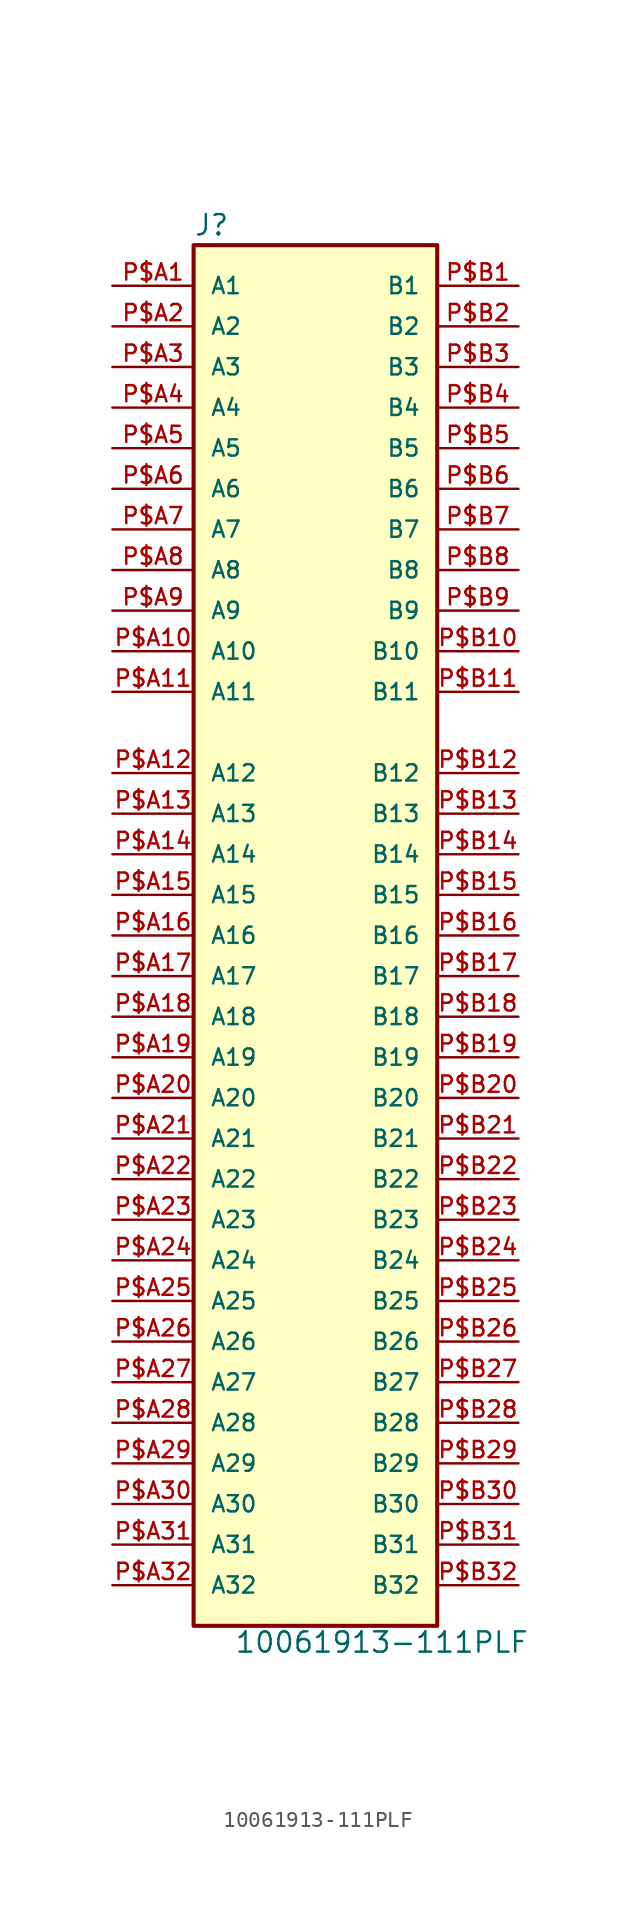
<source format=kicad_sym>
(kicad_symbol_lib
  (version 20211014)
  (generator kicad_symbol_editor)
  (symbol "10061913-111PLF"
    (pin_names
      (offset 1.016))
    (property "Reference" "J"
      (at -7.621 43.692 0)
      (effects (font (size 1.27 1.27)) (justify bottom left)))
    (property "Value" "10061913-111PLF"
      (at -5.08 -44.958 0)
      (effects (font (size 1.27 1.27)) (justify bottom left)))
    (symbol "10061913-111PLF_0_0"
      (rectangle (start -7.62 -43.18) (end 7.62 43.18) (stroke (width 0.254)) (fill (type background)))
      (pin bidirectional line (at -12.7 40.64 0) (length 5.08) (name "A1" (effects (font (size 1.016 1.016)))) (number "P$A1" (effects (font (size 1.016 1.016)))))
      (pin bidirectional line (at 12.7 40.64 180.0) (length 5.08) (name "B1" (effects (font (size 1.016 1.016)))) (number "P$B1" (effects (font (size 1.016 1.016)))))
      (pin bidirectional line (at -12.7 38.1 0) (length 5.08) (name "A2" (effects (font (size 1.016 1.016)))) (number "P$A2" (effects (font (size 1.016 1.016)))))
      (pin bidirectional line (at 12.7 38.1 180.0) (length 5.08) (name "B2" (effects (font (size 1.016 1.016)))) (number "P$B2" (effects (font (size 1.016 1.016)))))
      (pin bidirectional line (at -12.7 35.56 0) (length 5.08) (name "A3" (effects (font (size 1.016 1.016)))) (number "P$A3" (effects (font (size 1.016 1.016)))))
      (pin bidirectional line (at 12.7 35.56 180.0) (length 5.08) (name "B3" (effects (font (size 1.016 1.016)))) (number "P$B3" (effects (font (size 1.016 1.016)))))
      (pin bidirectional line (at -12.7 33.02 0) (length 5.08) (name "A4" (effects (font (size 1.016 1.016)))) (number "P$A4" (effects (font (size 1.016 1.016)))))
      (pin bidirectional line (at 12.7 33.02 180.0) (length 5.08) (name "B4" (effects (font (size 1.016 1.016)))) (number "P$B4" (effects (font (size 1.016 1.016)))))
      (pin bidirectional line (at -12.7 30.48 0) (length 5.08) (name "A5" (effects (font (size 1.016 1.016)))) (number "P$A5" (effects (font (size 1.016 1.016)))))
      (pin bidirectional line (at 12.7 30.48 180.0) (length 5.08) (name "B5" (effects (font (size 1.016 1.016)))) (number "P$B5" (effects (font (size 1.016 1.016)))))
      (pin bidirectional line (at -12.7 27.94 0) (length 5.08) (name "A6" (effects (font (size 1.016 1.016)))) (number "P$A6" (effects (font (size 1.016 1.016)))))
      (pin bidirectional line (at 12.7 27.94 180.0) (length 5.08) (name "B6" (effects (font (size 1.016 1.016)))) (number "P$B6" (effects (font (size 1.016 1.016)))))
      (pin bidirectional line (at -12.7 25.4 0) (length 5.08) (name "A7" (effects (font (size 1.016 1.016)))) (number "P$A7" (effects (font (size 1.016 1.016)))))
      (pin bidirectional line (at 12.7 25.4 180.0) (length 5.08) (name "B7" (effects (font (size 1.016 1.016)))) (number "P$B7" (effects (font (size 1.016 1.016)))))
      (pin bidirectional line (at -12.7 22.86 0) (length 5.08) (name "A8" (effects (font (size 1.016 1.016)))) (number "P$A8" (effects (font (size 1.016 1.016)))))
      (pin bidirectional line (at 12.7 22.86 180.0) (length 5.08) (name "B8" (effects (font (size 1.016 1.016)))) (number "P$B8" (effects (font (size 1.016 1.016)))))
      (pin bidirectional line (at -12.7 20.32 0) (length 5.08) (name "A9" (effects (font (size 1.016 1.016)))) (number "P$A9" (effects (font (size 1.016 1.016)))))
      (pin bidirectional line (at 12.7 20.32 180.0) (length 5.08) (name "B9" (effects (font (size 1.016 1.016)))) (number "P$B9" (effects (font (size 1.016 1.016)))))
      (pin bidirectional line (at -12.7 17.78 0) (length 5.08) (name "A10" (effects (font (size 1.016 1.016)))) (number "P$A10" (effects (font (size 1.016 1.016)))))
      (pin bidirectional line (at 12.7 17.78 180.0) (length 5.08) (name "B10" (effects (font (size 1.016 1.016)))) (number "P$B10" (effects (font (size 1.016 1.016)))))
      (pin bidirectional line (at -12.7 15.24 0) (length 5.08) (name "A11" (effects (font (size 1.016 1.016)))) (number "P$A11" (effects (font (size 1.016 1.016)))))
      (pin bidirectional line (at 12.7 15.24 180.0) (length 5.08) (name "B11" (effects (font (size 1.016 1.016)))) (number "P$B11" (effects (font (size 1.016 1.016)))))
      (pin bidirectional line (at -12.7 10.16 0) (length 5.08) (name "A12" (effects (font (size 1.016 1.016)))) (number "P$A12" (effects (font (size 1.016 1.016)))))
      (pin bidirectional line (at 12.7 10.16 180.0) (length 5.08) (name "B12" (effects (font (size 1.016 1.016)))) (number "P$B12" (effects (font (size 1.016 1.016)))))
      (pin bidirectional line (at -12.7 7.62 0) (length 5.08) (name "A13" (effects (font (size 1.016 1.016)))) (number "P$A13" (effects (font (size 1.016 1.016)))))
      (pin bidirectional line (at 12.7 7.62 180.0) (length 5.08) (name "B13" (effects (font (size 1.016 1.016)))) (number "P$B13" (effects (font (size 1.016 1.016)))))
      (pin bidirectional line (at -12.7 5.08 0) (length 5.08) (name "A14" (effects (font (size 1.016 1.016)))) (number "P$A14" (effects (font (size 1.016 1.016)))))
      (pin bidirectional line (at 12.7 5.08 180.0) (length 5.08) (name "B14" (effects (font (size 1.016 1.016)))) (number "P$B14" (effects (font (size 1.016 1.016)))))
      (pin bidirectional line (at -12.7 2.54 0) (length 5.08) (name "A15" (effects (font (size 1.016 1.016)))) (number "P$A15" (effects (font (size 1.016 1.016)))))
      (pin bidirectional line (at 12.7 2.54 180.0) (length 5.08) (name "B15" (effects (font (size 1.016 1.016)))) (number "P$B15" (effects (font (size 1.016 1.016)))))
      (pin bidirectional line (at -12.7 0.0 0) (length 5.08) (name "A16" (effects (font (size 1.016 1.016)))) (number "P$A16" (effects (font (size 1.016 1.016)))))
      (pin bidirectional line (at 12.7 0.0 180.0) (length 5.08) (name "B16" (effects (font (size 1.016 1.016)))) (number "P$B16" (effects (font (size 1.016 1.016)))))
      (pin bidirectional line (at -12.7 -2.54 0) (length 5.08) (name "A17" (effects (font (size 1.016 1.016)))) (number "P$A17" (effects (font (size 1.016 1.016)))))
      (pin bidirectional line (at -12.7 -5.08 0) (length 5.08) (name "A18" (effects (font (size 1.016 1.016)))) (number "P$A18" (effects (font (size 1.016 1.016)))))
      (pin bidirectional line (at 12.7 -2.54 180.0) (length 5.08) (name "B17" (effects (font (size 1.016 1.016)))) (number "P$B17" (effects (font (size 1.016 1.016)))))
      (pin bidirectional line (at 12.7 -5.08 180.0) (length 5.08) (name "B18" (effects (font (size 1.016 1.016)))) (number "P$B18" (effects (font (size 1.016 1.016)))))
      (pin bidirectional line (at -12.7 -7.62 0) (length 5.08) (name "A19" (effects (font (size 1.016 1.016)))) (number "P$A19" (effects (font (size 1.016 1.016)))))
      (pin bidirectional line (at -12.7 -10.16 0) (length 5.08) (name "A20" (effects (font (size 1.016 1.016)))) (number "P$A20" (effects (font (size 1.016 1.016)))))
      (pin bidirectional line (at -12.7 -12.7 0) (length 5.08) (name "A21" (effects (font (size 1.016 1.016)))) (number "P$A21" (effects (font (size 1.016 1.016)))))
      (pin bidirectional line (at -12.7 -15.24 0) (length 5.08) (name "A22" (effects (font (size 1.016 1.016)))) (number "P$A22" (effects (font (size 1.016 1.016)))))
      (pin bidirectional line (at -12.7 -17.78 0) (length 5.08) (name "A23" (effects (font (size 1.016 1.016)))) (number "P$A23" (effects (font (size 1.016 1.016)))))
      (pin bidirectional line (at -12.7 -20.32 0) (length 5.08) (name "A24" (effects (font (size 1.016 1.016)))) (number "P$A24" (effects (font (size 1.016 1.016)))))
      (pin bidirectional line (at -12.7 -22.86 0) (length 5.08) (name "A25" (effects (font (size 1.016 1.016)))) (number "P$A25" (effects (font (size 1.016 1.016)))))
      (pin bidirectional line (at -12.7 -25.4 0) (length 5.08) (name "A26" (effects (font (size 1.016 1.016)))) (number "P$A26" (effects (font (size 1.016 1.016)))))
      (pin bidirectional line (at -12.7 -27.94 0) (length 5.08) (name "A27" (effects (font (size 1.016 1.016)))) (number "P$A27" (effects (font (size 1.016 1.016)))))
      (pin bidirectional line (at -12.7 -30.48 0) (length 5.08) (name "A28" (effects (font (size 1.016 1.016)))) (number "P$A28" (effects (font (size 1.016 1.016)))))
      (pin bidirectional line (at -12.7 -33.02 0) (length 5.08) (name "A29" (effects (font (size 1.016 1.016)))) (number "P$A29" (effects (font (size 1.016 1.016)))))
      (pin bidirectional line (at -12.7 -35.56 0) (length 5.08) (name "A30" (effects (font (size 1.016 1.016)))) (number "P$A30" (effects (font (size 1.016 1.016)))))
      (pin bidirectional line (at -12.7 -38.1 0) (length 5.08) (name "A31" (effects (font (size 1.016 1.016)))) (number "P$A31" (effects (font (size 1.016 1.016)))))
      (pin bidirectional line (at -12.7 -40.64 0) (length 5.08) (name "A32" (effects (font (size 1.016 1.016)))) (number "P$A32" (effects (font (size 1.016 1.016)))))
      (pin bidirectional line (at 12.7 -7.62 180.0) (length 5.08) (name "B19" (effects (font (size 1.016 1.016)))) (number "P$B19" (effects (font (size 1.016 1.016)))))
      (pin bidirectional line (at 12.7 -10.16 180.0) (length 5.08) (name "B20" (effects (font (size 1.016 1.016)))) (number "P$B20" (effects (font (size 1.016 1.016)))))
      (pin bidirectional line (at 12.7 -12.7 180.0) (length 5.08) (name "B21" (effects (font (size 1.016 1.016)))) (number "P$B21" (effects (font (size 1.016 1.016)))))
      (pin bidirectional line (at 12.7 -15.24 180.0) (length 5.08) (name "B22" (effects (font (size 1.016 1.016)))) (number "P$B22" (effects (font (size 1.016 1.016)))))
      (pin bidirectional line (at 12.7 -17.78 180.0) (length 5.08) (name "B23" (effects (font (size 1.016 1.016)))) (number "P$B23" (effects (font (size 1.016 1.016)))))
      (pin bidirectional line (at 12.7 -20.32 180.0) (length 5.08) (name "B24" (effects (font (size 1.016 1.016)))) (number "P$B24" (effects (font (size 1.016 1.016)))))
      (pin bidirectional line (at 12.7 -22.86 180.0) (length 5.08) (name "B25" (effects (font (size 1.016 1.016)))) (number "P$B25" (effects (font (size 1.016 1.016)))))
      (pin bidirectional line (at 12.7 -25.4 180.0) (length 5.08) (name "B26" (effects (font (size 1.016 1.016)))) (number "P$B26" (effects (font (size 1.016 1.016)))))
      (pin bidirectional line (at 12.7 -27.94 180.0) (length 5.08) (name "B27" (effects (font (size 1.016 1.016)))) (number "P$B27" (effects (font (size 1.016 1.016)))))
      (pin bidirectional line (at 12.7 -30.48 180.0) (length 5.08) (name "B28" (effects (font (size 1.016 1.016)))) (number "P$B28" (effects (font (size 1.016 1.016)))))
      (pin bidirectional line (at 12.7 -33.02 180.0) (length 5.08) (name "B29" (effects (font (size 1.016 1.016)))) (number "P$B29" (effects (font (size 1.016 1.016)))))
      (pin bidirectional line (at 12.7 -35.56 180.0) (length 5.08) (name "B30" (effects (font (size 1.016 1.016)))) (number "P$B30" (effects (font (size 1.016 1.016)))))
      (pin bidirectional line (at 12.7 -38.1 180.0) (length 5.08) (name "B31" (effects (font (size 1.016 1.016)))) (number "P$B31" (effects (font (size 1.016 1.016)))))
      (pin bidirectional line (at 12.7 -40.64 180.0) (length 5.08) (name "B32" (effects (font (size 1.016 1.016)))) (number "P$B32" (effects (font (size 1.016 1.016))))))))
</source>
